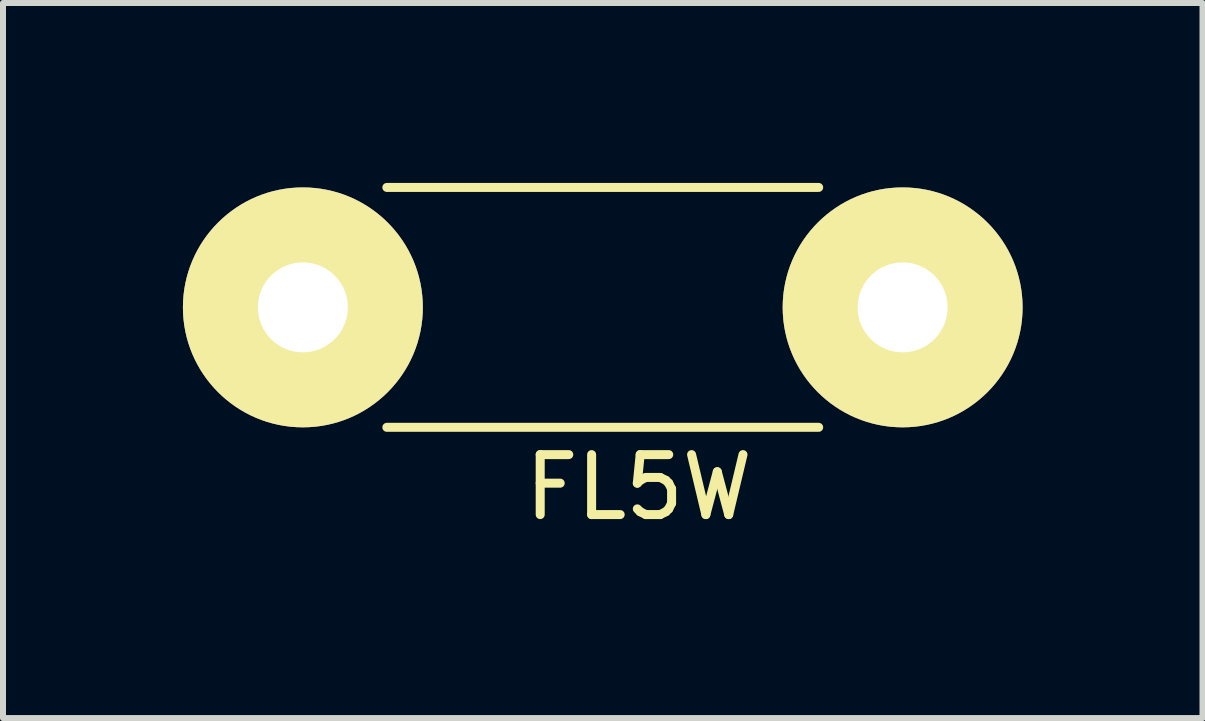
<source format=kicad_pcb>
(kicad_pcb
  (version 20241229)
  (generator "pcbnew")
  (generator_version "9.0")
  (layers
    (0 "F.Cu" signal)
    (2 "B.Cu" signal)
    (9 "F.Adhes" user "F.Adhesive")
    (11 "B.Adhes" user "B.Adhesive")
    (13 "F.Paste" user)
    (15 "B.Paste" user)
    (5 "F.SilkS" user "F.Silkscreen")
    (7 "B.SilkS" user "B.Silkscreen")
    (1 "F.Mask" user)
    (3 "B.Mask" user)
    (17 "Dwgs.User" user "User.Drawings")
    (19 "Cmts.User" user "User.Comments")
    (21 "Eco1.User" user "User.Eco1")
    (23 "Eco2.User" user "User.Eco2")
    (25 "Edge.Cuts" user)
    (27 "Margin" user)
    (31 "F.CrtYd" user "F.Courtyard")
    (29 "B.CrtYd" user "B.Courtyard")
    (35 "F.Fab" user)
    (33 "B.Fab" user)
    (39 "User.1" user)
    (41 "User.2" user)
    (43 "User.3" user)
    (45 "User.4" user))
  (footprint "FL5W"
    (layer "F.Cu")
    (at 2 2.075)
    (property "Reference" "FL5W" (at 5.6 3 0) (layer "F.SilkS") (effects (font (size 1 1) (thickness 0.15))))
    (attr through_hole)
    (fp_line (start 1.4 -2) (end 8.6 -2) (stroke (width 0.15) (type solid)) (layer "F.SilkS"))
    (fp_line (start 1.4 2) (end 8.6 2) (stroke (width 0.15) (type solid)) (layer "F.SilkS"))
    (pad "1" thru_hole circle (at 0 0) (size 4 4) (drill 1.5) (layers "*.Cu" "*.Mask" "F.SilkS"))
    (pad "2" thru_hole circle (at 10 0) (size 4 4) (drill 1.5) (layers "*.Cu" "*.Mask" "F.SilkS")))
  (gr_rect
    (start -3 -3)
    (end 17 8.923)
    (stroke (width 0.1) (type default))
    (fill no)
    (layer "Edge.Cuts")))
</source>
